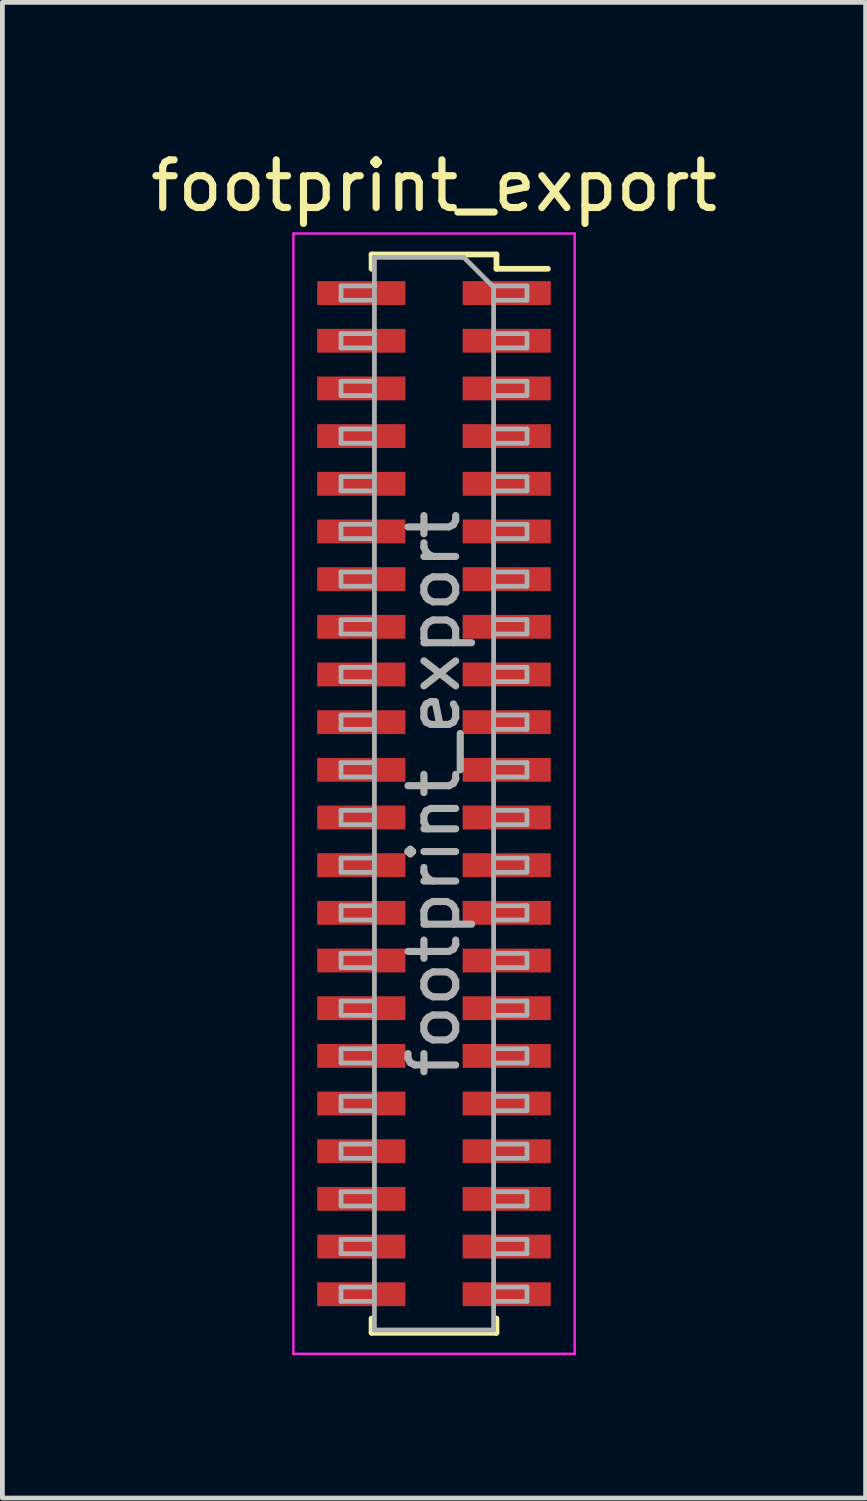
<source format=kicad_pcb>
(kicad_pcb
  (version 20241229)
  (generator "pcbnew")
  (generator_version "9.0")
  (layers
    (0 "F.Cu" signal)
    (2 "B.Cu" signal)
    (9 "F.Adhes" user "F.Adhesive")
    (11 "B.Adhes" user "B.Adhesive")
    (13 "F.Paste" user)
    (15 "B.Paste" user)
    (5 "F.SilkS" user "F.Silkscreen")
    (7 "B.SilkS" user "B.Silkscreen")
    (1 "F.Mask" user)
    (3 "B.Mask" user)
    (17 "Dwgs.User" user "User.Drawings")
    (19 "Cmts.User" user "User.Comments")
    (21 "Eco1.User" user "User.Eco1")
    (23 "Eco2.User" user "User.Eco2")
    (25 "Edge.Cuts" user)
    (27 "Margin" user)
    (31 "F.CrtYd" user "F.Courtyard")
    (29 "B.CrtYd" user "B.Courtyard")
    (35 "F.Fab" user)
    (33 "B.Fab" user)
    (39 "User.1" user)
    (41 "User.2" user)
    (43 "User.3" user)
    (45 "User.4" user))
  (footprint "footprint_export"
    (layer "F.Cu")
    (at 6.054 13.598)
    (property "Reference" "footprint_export" (at 0 -12.75 0) (layer "F.SilkS") (effects (font (size 1 1) (thickness 0.15))))
    (attr smd)
    (fp_line (start -1.31 -11.31) (end -1.31 -11.01) (stroke (width 0.12) (type solid)) (layer "F.SilkS"))
    (fp_line (start -1.31 -11.31) (end 1.31 -11.31) (stroke (width 0.12) (type solid)) (layer "F.SilkS"))
    (fp_line (start -1.31 11.01) (end -1.31 11.31) (stroke (width 0.12) (type solid)) (layer "F.SilkS"))
    (fp_line (start -1.31 11.31) (end 1.31 11.31) (stroke (width 0.12) (type solid)) (layer "F.SilkS"))
    (fp_line (start 1.31 -11.31) (end 1.31 -11.01) (stroke (width 0.12) (type solid)) (layer "F.SilkS"))
    (fp_line (start 1.31 -11.01) (end 2.39 -11.01) (stroke (width 0.12) (type solid)) (layer "F.SilkS"))
    (fp_line (start 1.31 11.01) (end 1.31 11.31) (stroke (width 0.12) (type solid)) (layer "F.SilkS"))
    (fp_line (start -2.95 -11.75) (end 2.95 -11.75) (stroke (width 0.05) (type solid)) (layer "F.CrtYd"))
    (fp_line (start -2.95 11.75) (end -2.95 -11.75) (stroke (width 0.05) (type solid)) (layer "F.CrtYd"))
    (fp_line (start 2.95 -11.75) (end 2.95 11.75) (stroke (width 0.05) (type solid)) (layer "F.CrtYd"))
    (fp_line (start 2.95 11.75) (end -2.95 11.75) (stroke (width 0.05) (type solid)) (layer "F.CrtYd"))
    (fp_line (start -1.95 -10.65) (end -1.25 -10.65) (stroke (width 0.1) (type solid)) (layer "F.Fab"))
    (fp_line (start -1.95 -10.35) (end -1.95 -10.65) (stroke (width 0.1) (type solid)) (layer "F.Fab"))
    (fp_line (start -1.95 -9.65) (end -1.25 -9.65) (stroke (width 0.1) (type solid)) (layer "F.Fab"))
    (fp_line (start -1.95 -9.35) (end -1.95 -9.65) (stroke (width 0.1) (type solid)) (layer "F.Fab"))
    (fp_line (start -1.95 -8.65) (end -1.25 -8.65) (stroke (width 0.1) (type solid)) (layer "F.Fab"))
    (fp_line (start -1.95 -8.35) (end -1.95 -8.65) (stroke (width 0.1) (type solid)) (layer "F.Fab"))
    (fp_line (start -1.95 -7.65) (end -1.25 -7.65) (stroke (width 0.1) (type solid)) (layer "F.Fab"))
    (fp_line (start -1.95 -7.35) (end -1.95 -7.65) (stroke (width 0.1) (type solid)) (layer "F.Fab"))
    (fp_line (start -1.95 -6.65) (end -1.25 -6.65) (stroke (width 0.1) (type solid)) (layer "F.Fab"))
    (fp_line (start -1.95 -6.35) (end -1.95 -6.65) (stroke (width 0.1) (type solid)) (layer "F.Fab"))
    (fp_line (start -1.95 -5.65) (end -1.25 -5.65) (stroke (width 0.1) (type solid)) (layer "F.Fab"))
    (fp_line (start -1.95 -5.35) (end -1.95 -5.65) (stroke (width 0.1) (type solid)) (layer "F.Fab"))
    (fp_line (start -1.95 -4.65) (end -1.25 -4.65) (stroke (width 0.1) (type solid)) (layer "F.Fab"))
    (fp_line (start -1.95 -4.35) (end -1.95 -4.65) (stroke (width 0.1) (type solid)) (layer "F.Fab"))
    (fp_line (start -1.95 -3.65) (end -1.25 -3.65) (stroke (width 0.1) (type solid)) (layer "F.Fab"))
    (fp_line (start -1.95 -3.35) (end -1.95 -3.65) (stroke (width 0.1) (type solid)) (layer "F.Fab"))
    (fp_line (start -1.95 -2.65) (end -1.25 -2.65) (stroke (width 0.1) (type solid)) (layer "F.Fab"))
    (fp_line (start -1.95 -2.35) (end -1.95 -2.65) (stroke (width 0.1) (type solid)) (layer "F.Fab"))
    (fp_line (start -1.95 -1.65) (end -1.25 -1.65) (stroke (width 0.1) (type solid)) (layer "F.Fab"))
    (fp_line (start -1.95 -1.35) (end -1.95 -1.65) (stroke (width 0.1) (type solid)) (layer "F.Fab"))
    (fp_line (start -1.95 -0.65) (end -1.25 -0.65) (stroke (width 0.1) (type solid)) (layer "F.Fab"))
    (fp_line (start -1.95 -0.35) (end -1.95 -0.65) (stroke (width 0.1) (type solid)) (layer "F.Fab"))
    (fp_line (start -1.95 0.35) (end -1.25 0.35) (stroke (width 0.1) (type solid)) (layer "F.Fab"))
    (fp_line (start -1.95 0.65) (end -1.95 0.35) (stroke (width 0.1) (type solid)) (layer "F.Fab"))
    (fp_line (start -1.95 1.35) (end -1.25 1.35) (stroke (width 0.1) (type solid)) (layer "F.Fab"))
    (fp_line (start -1.95 1.65) (end -1.95 1.35) (stroke (width 0.1) (type solid)) (layer "F.Fab"))
    (fp_line (start -1.95 2.35) (end -1.25 2.35) (stroke (width 0.1) (type solid)) (layer "F.Fab"))
    (fp_line (start -1.95 2.65) (end -1.95 2.35) (stroke (width 0.1) (type solid)) (layer "F.Fab"))
    (fp_line (start -1.95 3.35) (end -1.25 3.35) (stroke (width 0.1) (type solid)) (layer "F.Fab"))
    (fp_line (start -1.95 3.65) (end -1.95 3.35) (stroke (width 0.1) (type solid)) (layer "F.Fab"))
    (fp_line (start -1.95 4.35) (end -1.25 4.35) (stroke (width 0.1) (type solid)) (layer "F.Fab"))
    (fp_line (start -1.95 4.65) (end -1.95 4.35) (stroke (width 0.1) (type solid)) (layer "F.Fab"))
    (fp_line (start -1.95 5.35) (end -1.25 5.35) (stroke (width 0.1) (type solid)) (layer "F.Fab"))
    (fp_line (start -1.95 5.65) (end -1.95 5.35) (stroke (width 0.1) (type solid)) (layer "F.Fab"))
    (fp_line (start -1.95 6.35) (end -1.25 6.35) (stroke (width 0.1) (type solid)) (layer "F.Fab"))
    (fp_line (start -1.95 6.65) (end -1.95 6.35) (stroke (width 0.1) (type solid)) (layer "F.Fab"))
    (fp_line (start -1.95 7.35) (end -1.25 7.35) (stroke (width 0.1) (type solid)) (layer "F.Fab"))
    (fp_line (start -1.95 7.65) (end -1.95 7.35) (stroke (width 0.1) (type solid)) (layer "F.Fab"))
    (fp_line (start -1.95 8.35) (end -1.25 8.35) (stroke (width 0.1) (type solid)) (layer "F.Fab"))
    (fp_line (start -1.95 8.65) (end -1.95 8.35) (stroke (width 0.1) (type solid)) (layer "F.Fab"))
    (fp_line (start -1.95 9.35) (end -1.25 9.35) (stroke (width 0.1) (type solid)) (layer "F.Fab"))
    (fp_line (start -1.95 9.65) (end -1.95 9.35) (stroke (width 0.1) (type solid)) (layer "F.Fab"))
    (fp_line (start -1.95 10.35) (end -1.25 10.35) (stroke (width 0.1) (type solid)) (layer "F.Fab"))
    (fp_line (start -1.95 10.65) (end -1.95 10.35) (stroke (width 0.1) (type solid)) (layer "F.Fab"))
    (fp_line (start -1.25 -11.25) (end 0.625 -11.25) (stroke (width 0.1) (type solid)) (layer "F.Fab"))
    (fp_line (start -1.25 -10.35) (end -1.95 -10.35) (stroke (width 0.1) (type solid)) (layer "F.Fab"))
    (fp_line (start -1.25 -9.35) (end -1.95 -9.35) (stroke (width 0.1) (type solid)) (layer "F.Fab"))
    (fp_line (start -1.25 -8.35) (end -1.95 -8.35) (stroke (width 0.1) (type solid)) (layer "F.Fab"))
    (fp_line (start -1.25 -7.35) (end -1.95 -7.35) (stroke (width 0.1) (type solid)) (layer "F.Fab"))
    (fp_line (start -1.25 -6.35) (end -1.95 -6.35) (stroke (width 0.1) (type solid)) (layer "F.Fab"))
    (fp_line (start -1.25 -5.35) (end -1.95 -5.35) (stroke (width 0.1) (type solid)) (layer "F.Fab"))
    (fp_line (start -1.25 -4.35) (end -1.95 -4.35) (stroke (width 0.1) (type solid)) (layer "F.Fab"))
    (fp_line (start -1.25 -3.35) (end -1.95 -3.35) (stroke (width 0.1) (type solid)) (layer "F.Fab"))
    (fp_line (start -1.25 -2.35) (end -1.95 -2.35) (stroke (width 0.1) (type solid)) (layer "F.Fab"))
    (fp_line (start -1.25 -1.35) (end -1.95 -1.35) (stroke (width 0.1) (type solid)) (layer "F.Fab"))
    (fp_line (start -1.25 -0.35) (end -1.95 -0.35) (stroke (width 0.1) (type solid)) (layer "F.Fab"))
    (fp_line (start -1.25 0.65) (end -1.95 0.65) (stroke (width 0.1) (type solid)) (layer "F.Fab"))
    (fp_line (start -1.25 1.65) (end -1.95 1.65) (stroke (width 0.1) (type solid)) (layer "F.Fab"))
    (fp_line (start -1.25 2.65) (end -1.95 2.65) (stroke (width 0.1) (type solid)) (layer "F.Fab"))
    (fp_line (start -1.25 3.65) (end -1.95 3.65) (stroke (width 0.1) (type solid)) (layer "F.Fab"))
    (fp_line (start -1.25 4.65) (end -1.95 4.65) (stroke (width 0.1) (type solid)) (layer "F.Fab"))
    (fp_line (start -1.25 5.65) (end -1.95 5.65) (stroke (width 0.1) (type solid)) (layer "F.Fab"))
    (fp_line (start -1.25 6.65) (end -1.95 6.65) (stroke (width 0.1) (type solid)) (layer "F.Fab"))
    (fp_line (start -1.25 7.65) (end -1.95 7.65) (stroke (width 0.1) (type solid)) (layer "F.Fab"))
    (fp_line (start -1.25 8.65) (end -1.95 8.65) (stroke (width 0.1) (type solid)) (layer "F.Fab"))
    (fp_line (start -1.25 9.65) (end -1.95 9.65) (stroke (width 0.1) (type solid)) (layer "F.Fab"))
    (fp_line (start -1.25 10.65) (end -1.95 10.65) (stroke (width 0.1) (type solid)) (layer "F.Fab"))
    (fp_line (start -1.25 11.25) (end -1.25 -11.25) (stroke (width 0.1) (type solid)) (layer "F.Fab"))
    (fp_line (start 0.625 -11.25) (end 1.25 -10.625) (stroke (width 0.1) (type solid)) (layer "F.Fab"))
    (fp_line (start 1.25 -10.65) (end 1.95 -10.65) (stroke (width 0.1) (type solid)) (layer "F.Fab"))
    (fp_line (start 1.25 -10.625) (end 1.25 11.25) (stroke (width 0.1) (type solid)) (layer "F.Fab"))
    (fp_line (start 1.25 -9.65) (end 1.95 -9.65) (stroke (width 0.1) (type solid)) (layer "F.Fab"))
    (fp_line (start 1.25 -8.65) (end 1.95 -8.65) (stroke (width 0.1) (type solid)) (layer "F.Fab"))
    (fp_line (start 1.25 -7.65) (end 1.95 -7.65) (stroke (width 0.1) (type solid)) (layer "F.Fab"))
    (fp_line (start 1.25 -6.65) (end 1.95 -6.65) (stroke (width 0.1) (type solid)) (layer "F.Fab"))
    (fp_line (start 1.25 -5.65) (end 1.95 -5.65) (stroke (width 0.1) (type solid)) (layer "F.Fab"))
    (fp_line (start 1.25 -4.65) (end 1.95 -4.65) (stroke (width 0.1) (type solid)) (layer "F.Fab"))
    (fp_line (start 1.25 -3.65) (end 1.95 -3.65) (stroke (width 0.1) (type solid)) (layer "F.Fab"))
    (fp_line (start 1.25 -2.65) (end 1.95 -2.65) (stroke (width 0.1) (type solid)) (layer "F.Fab"))
    (fp_line (start 1.25 -1.65) (end 1.95 -1.65) (stroke (width 0.1) (type solid)) (layer "F.Fab"))
    (fp_line (start 1.25 -0.65) (end 1.95 -0.65) (stroke (width 0.1) (type solid)) (layer "F.Fab"))
    (fp_line (start 1.25 0.35) (end 1.95 0.35) (stroke (width 0.1) (type solid)) (layer "F.Fab"))
    (fp_line (start 1.25 1.35) (end 1.95 1.35) (stroke (width 0.1) (type solid)) (layer "F.Fab"))
    (fp_line (start 1.25 2.35) (end 1.95 2.35) (stroke (width 0.1) (type solid)) (layer "F.Fab"))
    (fp_line (start 1.25 3.35) (end 1.95 3.35) (stroke (width 0.1) (type solid)) (layer "F.Fab"))
    (fp_line (start 1.25 4.35) (end 1.95 4.35) (stroke (width 0.1) (type solid)) (layer "F.Fab"))
    (fp_line (start 1.25 5.35) (end 1.95 5.35) (stroke (width 0.1) (type solid)) (layer "F.Fab"))
    (fp_line (start 1.25 6.35) (end 1.95 6.35) (stroke (width 0.1) (type solid)) (layer "F.Fab"))
    (fp_line (start 1.25 7.35) (end 1.95 7.35) (stroke (width 0.1) (type solid)) (layer "F.Fab"))
    (fp_line (start 1.25 8.35) (end 1.95 8.35) (stroke (width 0.1) (type solid)) (layer "F.Fab"))
    (fp_line (start 1.25 9.35) (end 1.95 9.35) (stroke (width 0.1) (type solid)) (layer "F.Fab"))
    (fp_line (start 1.25 10.35) (end 1.95 10.35) (stroke (width 0.1) (type solid)) (layer "F.Fab"))
    (fp_line (start 1.25 11.25) (end -1.25 11.25) (stroke (width 0.1) (type solid)) (layer "F.Fab"))
    (fp_line (start 1.95 -10.65) (end 1.95 -10.35) (stroke (width 0.1) (type solid)) (layer "F.Fab"))
    (fp_line (start 1.95 -10.35) (end 1.25 -10.35) (stroke (width 0.1) (type solid)) (layer "F.Fab"))
    (fp_line (start 1.95 -9.65) (end 1.95 -9.35) (stroke (width 0.1) (type solid)) (layer "F.Fab"))
    (fp_line (start 1.95 -9.35) (end 1.25 -9.35) (stroke (width 0.1) (type solid)) (layer "F.Fab"))
    (fp_line (start 1.95 -8.65) (end 1.95 -8.35) (stroke (width 0.1) (type solid)) (layer "F.Fab"))
    (fp_line (start 1.95 -8.35) (end 1.25 -8.35) (stroke (width 0.1) (type solid)) (layer "F.Fab"))
    (fp_line (start 1.95 -7.65) (end 1.95 -7.35) (stroke (width 0.1) (type solid)) (layer "F.Fab"))
    (fp_line (start 1.95 -7.35) (end 1.25 -7.35) (stroke (width 0.1) (type solid)) (layer "F.Fab"))
    (fp_line (start 1.95 -6.65) (end 1.95 -6.35) (stroke (width 0.1) (type solid)) (layer "F.Fab"))
    (fp_line (start 1.95 -6.35) (end 1.25 -6.35) (stroke (width 0.1) (type solid)) (layer "F.Fab"))
    (fp_line (start 1.95 -5.65) (end 1.95 -5.35) (stroke (width 0.1) (type solid)) (layer "F.Fab"))
    (fp_line (start 1.95 -5.35) (end 1.25 -5.35) (stroke (width 0.1) (type solid)) (layer "F.Fab"))
    (fp_line (start 1.95 -4.65) (end 1.95 -4.35) (stroke (width 0.1) (type solid)) (layer "F.Fab"))
    (fp_line (start 1.95 -4.35) (end 1.25 -4.35) (stroke (width 0.1) (type solid)) (layer "F.Fab"))
    (fp_line (start 1.95 -3.65) (end 1.95 -3.35) (stroke (width 0.1) (type solid)) (layer "F.Fab"))
    (fp_line (start 1.95 -3.35) (end 1.25 -3.35) (stroke (width 0.1) (type solid)) (layer "F.Fab"))
    (fp_line (start 1.95 -2.65) (end 1.95 -2.35) (stroke (width 0.1) (type solid)) (layer "F.Fab"))
    (fp_line (start 1.95 -2.35) (end 1.25 -2.35) (stroke (width 0.1) (type solid)) (layer "F.Fab"))
    (fp_line (start 1.95 -1.65) (end 1.95 -1.35) (stroke (width 0.1) (type solid)) (layer "F.Fab"))
    (fp_line (start 1.95 -1.35) (end 1.25 -1.35) (stroke (width 0.1) (type solid)) (layer "F.Fab"))
    (fp_line (start 1.95 -0.65) (end 1.95 -0.35) (stroke (width 0.1) (type solid)) (layer "F.Fab"))
    (fp_line (start 1.95 -0.35) (end 1.25 -0.35) (stroke (width 0.1) (type solid)) (layer "F.Fab"))
    (fp_line (start 1.95 0.35) (end 1.95 0.65) (stroke (width 0.1) (type solid)) (layer "F.Fab"))
    (fp_line (start 1.95 0.65) (end 1.25 0.65) (stroke (width 0.1) (type solid)) (layer "F.Fab"))
    (fp_line (start 1.95 1.35) (end 1.95 1.65) (stroke (width 0.1) (type solid)) (layer "F.Fab"))
    (fp_line (start 1.95 1.65) (end 1.25 1.65) (stroke (width 0.1) (type solid)) (layer "F.Fab"))
    (fp_line (start 1.95 2.35) (end 1.95 2.65) (stroke (width 0.1) (type solid)) (layer "F.Fab"))
    (fp_line (start 1.95 2.65) (end 1.25 2.65) (stroke (width 0.1) (type solid)) (layer "F.Fab"))
    (fp_line (start 1.95 3.35) (end 1.95 3.65) (stroke (width 0.1) (type solid)) (layer "F.Fab"))
    (fp_line (start 1.95 3.65) (end 1.25 3.65) (stroke (width 0.1) (type solid)) (layer "F.Fab"))
    (fp_line (start 1.95 4.35) (end 1.95 4.65) (stroke (width 0.1) (type solid)) (layer "F.Fab"))
    (fp_line (start 1.95 4.65) (end 1.25 4.65) (stroke (width 0.1) (type solid)) (layer "F.Fab"))
    (fp_line (start 1.95 5.35) (end 1.95 5.65) (stroke (width 0.1) (type solid)) (layer "F.Fab"))
    (fp_line (start 1.95 5.65) (end 1.25 5.65) (stroke (width 0.1) (type solid)) (layer "F.Fab"))
    (fp_line (start 1.95 6.35) (end 1.95 6.65) (stroke (width 0.1) (type solid)) (layer "F.Fab"))
    (fp_line (start 1.95 6.65) (end 1.25 6.65) (stroke (width 0.1) (type solid)) (layer "F.Fab"))
    (fp_line (start 1.95 7.35) (end 1.95 7.65) (stroke (width 0.1) (type solid)) (layer "F.Fab"))
    (fp_line (start 1.95 7.65) (end 1.25 7.65) (stroke (width 0.1) (type solid)) (layer "F.Fab"))
    (fp_line (start 1.95 8.35) (end 1.95 8.65) (stroke (width 0.1) (type solid)) (layer "F.Fab"))
    (fp_line (start 1.95 8.65) (end 1.25 8.65) (stroke (width 0.1) (type solid)) (layer "F.Fab"))
    (fp_line (start 1.95 9.35) (end 1.95 9.65) (stroke (width 0.1) (type solid)) (layer "F.Fab"))
    (fp_line (start 1.95 9.65) (end 1.25 9.65) (stroke (width 0.1) (type solid)) (layer "F.Fab"))
    (fp_line (start 1.95 10.35) (end 1.95 10.65) (stroke (width 0.1) (type solid)) (layer "F.Fab"))
    (fp_line (start 1.95 10.65) (end 1.25 10.65) (stroke (width 0.1) (type solid)) (layer "F.Fab"))
    (fp_text user "${REFERENCE}" (at 0 0 90) (layer "F.Fab") (effects (font (size 1 1) (thickness 0.15))))
    (pad "1" smd rect (at 1.525 -10.5) (size 1.85 0.5) (layers "F.Cu" "F.Mask" "F.Paste"))
    (pad "2" smd rect (at -1.525 -10.5) (size 1.85 0.5) (layers "F.Cu" "F.Mask" "F.Paste"))
    (pad "3" smd rect (at 1.525 -9.5) (size 1.85 0.5) (layers "F.Cu" "F.Mask" "F.Paste"))
    (pad "4" smd rect (at -1.525 -9.5) (size 1.85 0.5) (layers "F.Cu" "F.Mask" "F.Paste"))
    (pad "5" smd rect (at 1.525 -8.5) (size 1.85 0.5) (layers "F.Cu" "F.Mask" "F.Paste"))
    (pad "6" smd rect (at -1.525 -8.5) (size 1.85 0.5) (layers "F.Cu" "F.Mask" "F.Paste"))
    (pad "7" smd rect (at 1.525 -7.5) (size 1.85 0.5) (layers "F.Cu" "F.Mask" "F.Paste"))
    (pad "8" smd rect (at -1.525 -7.5) (size 1.85 0.5) (layers "F.Cu" "F.Mask" "F.Paste"))
    (pad "9" smd rect (at 1.525 -6.5) (size 1.85 0.5) (layers "F.Cu" "F.Mask" "F.Paste"))
    (pad "10" smd rect (at -1.525 -6.5) (size 1.85 0.5) (layers "F.Cu" "F.Mask" "F.Paste"))
    (pad "11" smd rect (at 1.525 -5.5) (size 1.85 0.5) (layers "F.Cu" "F.Mask" "F.Paste"))
    (pad "12" smd rect (at -1.525 -5.5) (size 1.85 0.5) (layers "F.Cu" "F.Mask" "F.Paste"))
    (pad "13" smd rect (at 1.525 -4.5) (size 1.85 0.5) (layers "F.Cu" "F.Mask" "F.Paste"))
    (pad "14" smd rect (at -1.525 -4.5) (size 1.85 0.5) (layers "F.Cu" "F.Mask" "F.Paste"))
    (pad "15" smd rect (at 1.525 -3.5) (size 1.85 0.5) (layers "F.Cu" "F.Mask" "F.Paste"))
    (pad "16" smd rect (at -1.525 -3.5) (size 1.85 0.5) (layers "F.Cu" "F.Mask" "F.Paste"))
    (pad "17" smd rect (at 1.525 -2.5) (size 1.85 0.5) (layers "F.Cu" "F.Mask" "F.Paste"))
    (pad "18" smd rect (at -1.525 -2.5) (size 1.85 0.5) (layers "F.Cu" "F.Mask" "F.Paste"))
    (pad "19" smd rect (at 1.525 -1.5) (size 1.85 0.5) (layers "F.Cu" "F.Mask" "F.Paste"))
    (pad "20" smd rect (at -1.525 -1.5) (size 1.85 0.5) (layers "F.Cu" "F.Mask" "F.Paste"))
    (pad "21" smd rect (at 1.525 -0.5) (size 1.85 0.5) (layers "F.Cu" "F.Mask" "F.Paste"))
    (pad "22" smd rect (at -1.525 -0.5) (size 1.85 0.5) (layers "F.Cu" "F.Mask" "F.Paste"))
    (pad "23" smd rect (at 1.525 0.5) (size 1.85 0.5) (layers "F.Cu" "F.Mask" "F.Paste"))
    (pad "24" smd rect (at -1.525 0.5) (size 1.85 0.5) (layers "F.Cu" "F.Mask" "F.Paste"))
    (pad "25" smd rect (at 1.525 1.5) (size 1.85 0.5) (layers "F.Cu" "F.Mask" "F.Paste"))
    (pad "26" smd rect (at -1.525 1.5) (size 1.85 0.5) (layers "F.Cu" "F.Mask" "F.Paste"))
    (pad "27" smd rect (at 1.525 2.5) (size 1.85 0.5) (layers "F.Cu" "F.Mask" "F.Paste"))
    (pad "28" smd rect (at -1.525 2.5) (size 1.85 0.5) (layers "F.Cu" "F.Mask" "F.Paste"))
    (pad "29" smd rect (at 1.525 3.5) (size 1.85 0.5) (layers "F.Cu" "F.Mask" "F.Paste"))
    (pad "30" smd rect (at -1.525 3.5) (size 1.85 0.5) (layers "F.Cu" "F.Mask" "F.Paste"))
    (pad "31" smd rect (at 1.525 4.5) (size 1.85 0.5) (layers "F.Cu" "F.Mask" "F.Paste"))
    (pad "32" smd rect (at -1.525 4.5) (size 1.85 0.5) (layers "F.Cu" "F.Mask" "F.Paste"))
    (pad "33" smd rect (at 1.525 5.5) (size 1.85 0.5) (layers "F.Cu" "F.Mask" "F.Paste"))
    (pad "34" smd rect (at -1.525 5.5) (size 1.85 0.5) (layers "F.Cu" "F.Mask" "F.Paste"))
    (pad "35" smd rect (at 1.525 6.5) (size 1.85 0.5) (layers "F.Cu" "F.Mask" "F.Paste"))
    (pad "36" smd rect (at -1.525 6.5) (size 1.85 0.5) (layers "F.Cu" "F.Mask" "F.Paste"))
    (pad "37" smd rect (at 1.525 7.5) (size 1.85 0.5) (layers "F.Cu" "F.Mask" "F.Paste"))
    (pad "38" smd rect (at -1.525 7.5) (size 1.85 0.5) (layers "F.Cu" "F.Mask" "F.Paste"))
    (pad "39" smd rect (at 1.525 8.5) (size 1.85 0.5) (layers "F.Cu" "F.Mask" "F.Paste"))
    (pad "40" smd rect (at -1.525 8.5) (size 1.85 0.5) (layers "F.Cu" "F.Mask" "F.Paste"))
    (pad "41" smd rect (at 1.525 9.5) (size 1.85 0.5) (layers "F.Cu" "F.Mask" "F.Paste"))
    (pad "42" smd rect (at -1.525 9.5) (size 1.85 0.5) (layers "F.Cu" "F.Mask" "F.Paste"))
    (pad "43" smd rect (at 1.525 10.5) (size 1.85 0.5) (layers "F.Cu" "F.Mask" "F.Paste"))
    (pad "44" smd rect (at -1.525 10.5) (size 1.85 0.5) (layers "F.Cu" "F.Mask" "F.Paste")))
  (gr_rect
    (start -3 -3)
    (end 15.107 28.373)
    (stroke (width 0.1) (type default))
    (fill no)
    (layer "Edge.Cuts")))
</source>
